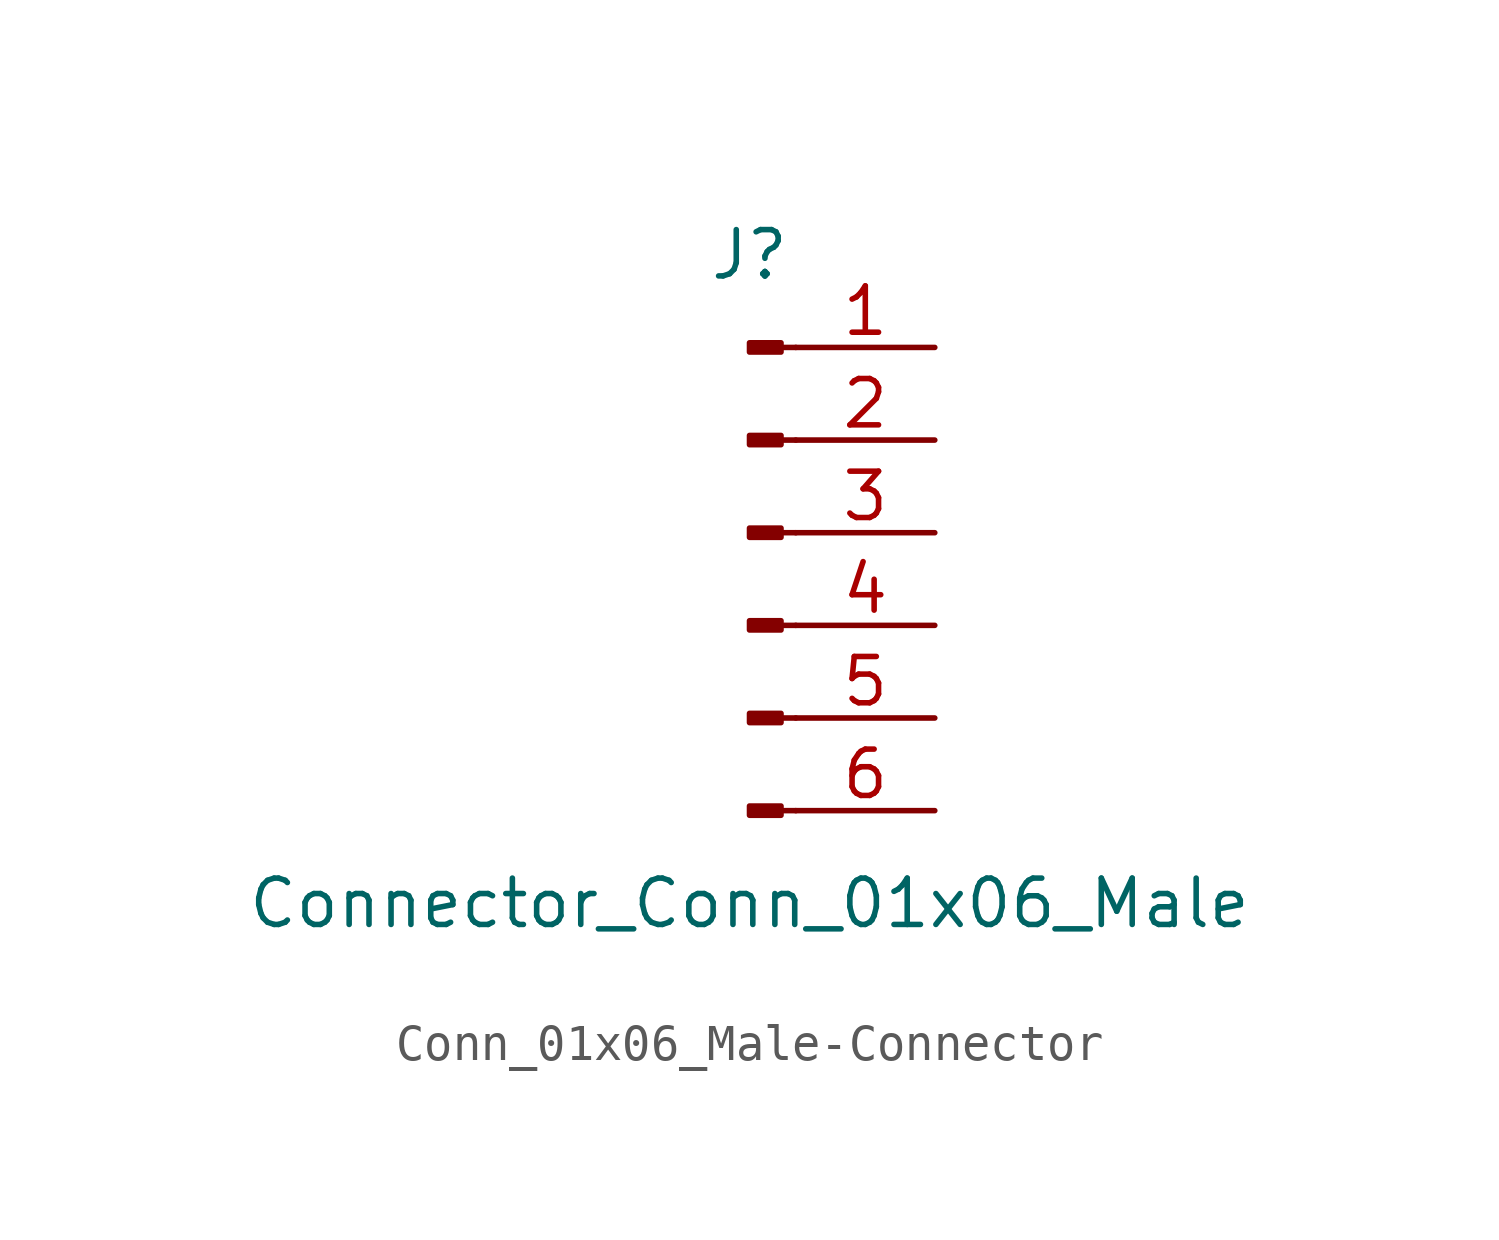
<source format=kicad_sym>
(kicad_symbol_lib
  (version 20231120)
  (generator "kicad_symbol_editor")
  (generator_version "8.0")
  (symbol "Conn_01x06_Male-Connector"
    (pin_names
      (offset 1.016) hide)
    (property "Reference" "J"
      (at 0 7.62 0)
      (effects (font (size 1.27 1.27))))
    (property "Value" "Connector_Conn_01x06_Male"
      (at 0 -10.16 0)
      (effects (font (size 1.27 1.27))))
    (symbol "Conn_01x06_Male-Connector_1_1"
      (polyline (pts (xy 1.27 -7.62) (xy 0.864 -7.62)) (stroke (width 0.152) (type solid)) (fill (type none)))
      (polyline (pts (xy 1.27 -5.08) (xy 0.864 -5.08)) (stroke (width 0.152) (type solid)) (fill (type none)))
      (polyline (pts (xy 1.27 -2.54) (xy 0.864 -2.54)) (stroke (width 0.152) (type solid)) (fill (type none)))
      (polyline (pts (xy 1.27 0) (xy 0.864 0)) (stroke (width 0.152) (type solid)) (fill (type none)))
      (polyline (pts (xy 1.27 2.54) (xy 0.864 2.54)) (stroke (width 0.152) (type solid)) (fill (type none)))
      (polyline (pts (xy 1.27 5.08) (xy 0.864 5.08)) (stroke (width 0.152) (type solid)) (fill (type none)))
      (rectangle (start 0.864 -7.493) (end 0 -7.747) (stroke (width 0.152) (type solid)) (fill (type outline)))
      (rectangle (start 0.864 -4.953) (end 0 -5.207) (stroke (width 0.152) (type solid)) (fill (type outline)))
      (rectangle (start 0.864 -2.413) (end 0 -2.667) (stroke (width 0.152) (type solid)) (fill (type outline)))
      (rectangle (start 0.864 0.127) (end 0 -0.127) (stroke (width 0.152) (type solid)) (fill (type outline)))
      (rectangle (start 0.864 2.667) (end 0 2.413) (stroke (width 0.152) (type solid)) (fill (type outline)))
      (rectangle (start 0.864 5.207) (end 0 4.953) (stroke (width 0.152) (type solid)) (fill (type outline)))
      (pin passive line (at 5.08 5.08 180) (length 3.81) (name "Pin_1" (effects (font (size 1.27 1.27)))) (number "1" (effects (font (size 1.27 1.27)))))
      (pin passive line (at 5.08 2.54 180) (length 3.81) (name "Pin_2" (effects (font (size 1.27 1.27)))) (number "2" (effects (font (size 1.27 1.27)))))
      (pin passive line (at 5.08 0 180) (length 3.81) (name "Pin_3" (effects (font (size 1.27 1.27)))) (number "3" (effects (font (size 1.27 1.27)))))
      (pin passive line (at 5.08 -2.54 180) (length 3.81) (name "Pin_4" (effects (font (size 1.27 1.27)))) (number "4" (effects (font (size 1.27 1.27)))))
      (pin passive line (at 5.08 -5.08 180) (length 3.81) (name "Pin_5" (effects (font (size 1.27 1.27)))) (number "5" (effects (font (size 1.27 1.27)))))
      (pin passive line (at 5.08 -7.62 180) (length 3.81) (name "Pin_6" (effects (font (size 1.27 1.27)))) (number "6" (effects (font (size 1.27 1.27))))))))
</source>
